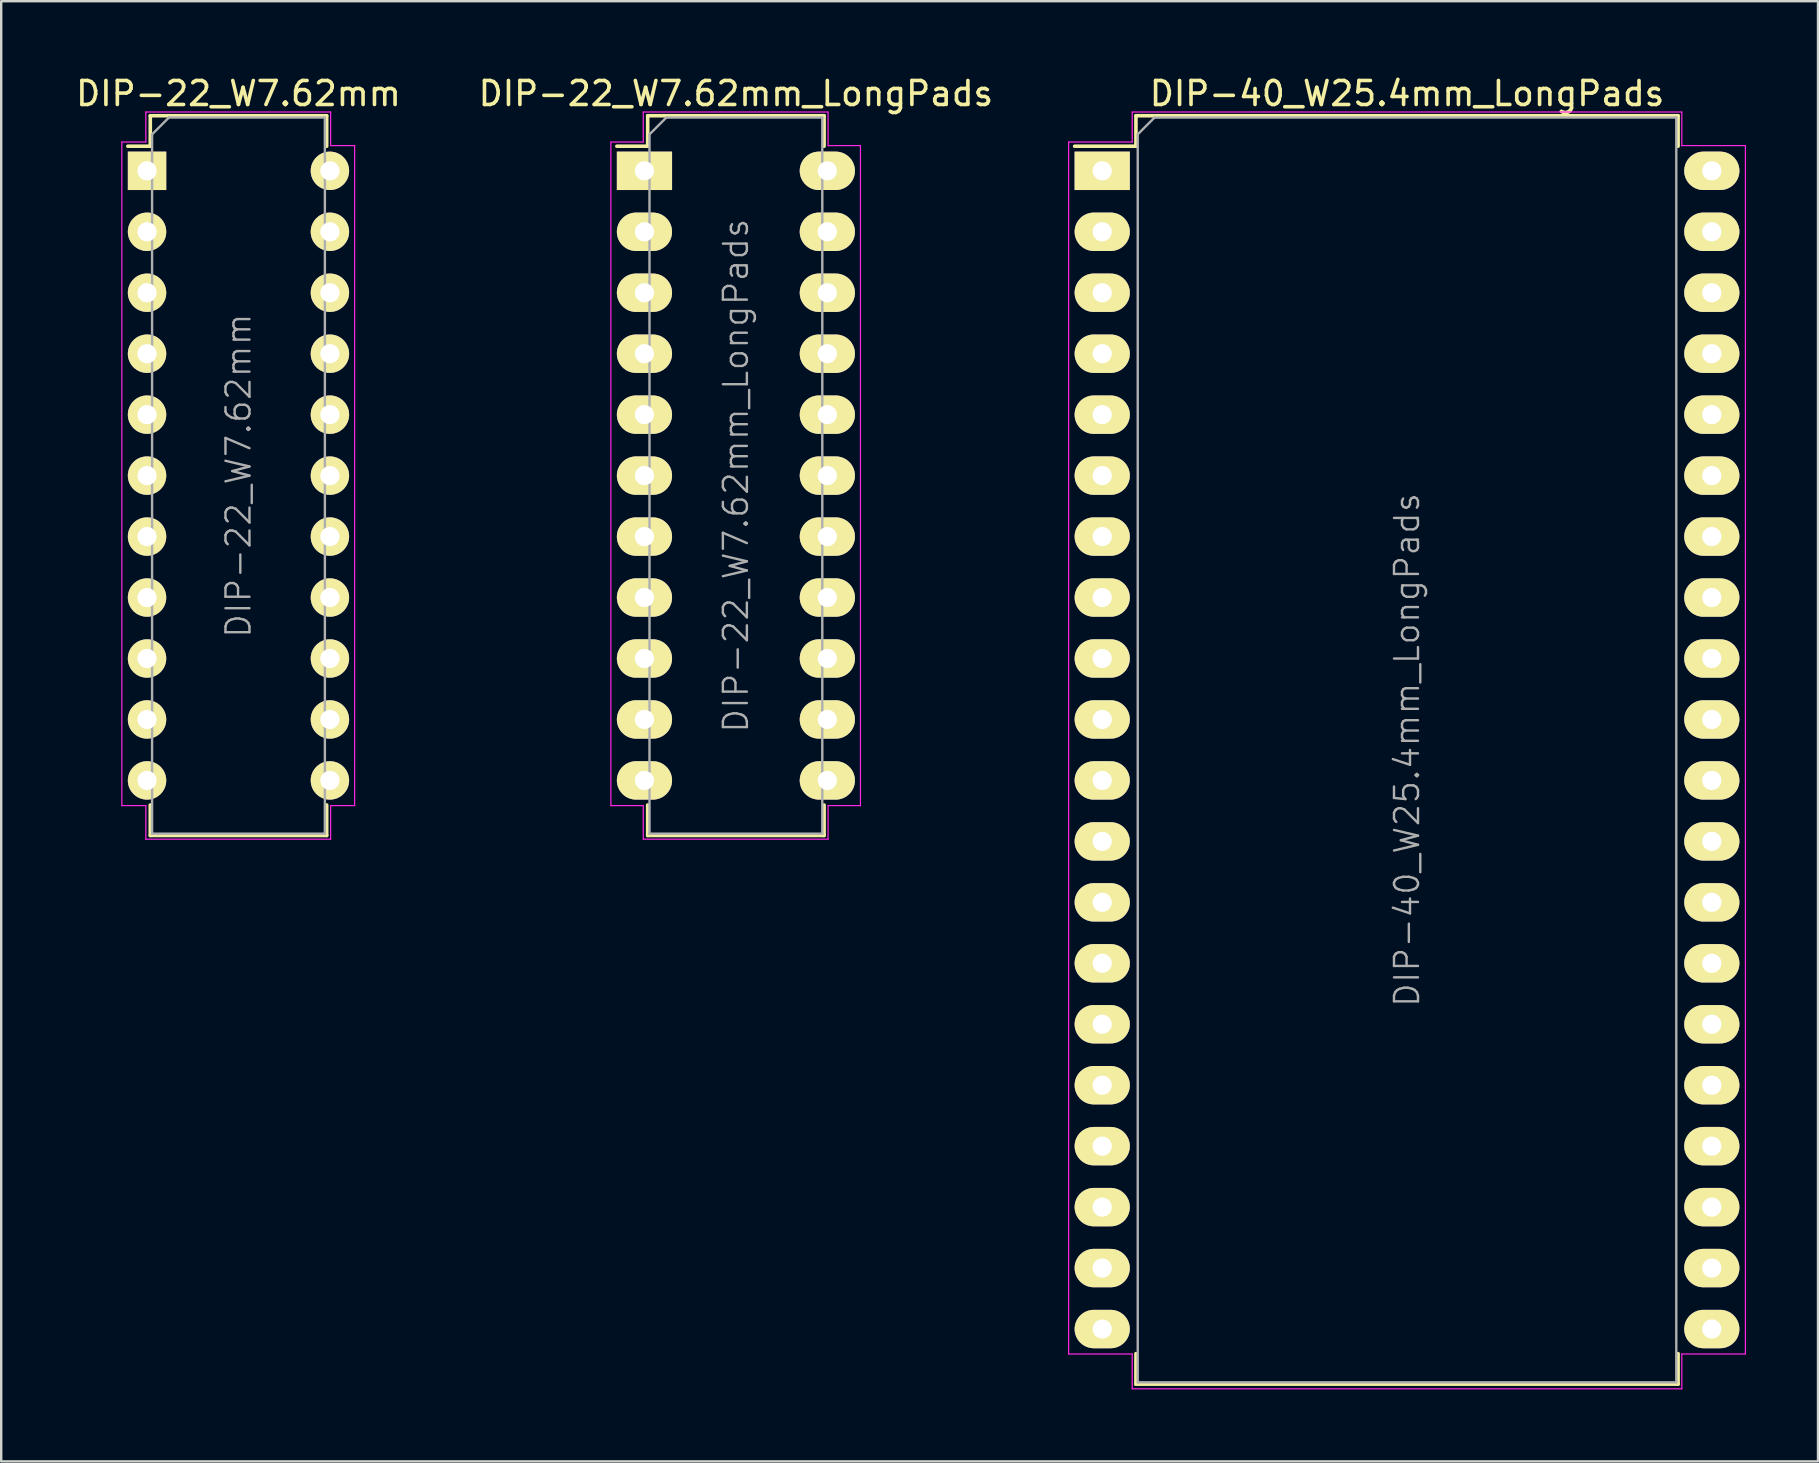
<source format=kicad_pcb>
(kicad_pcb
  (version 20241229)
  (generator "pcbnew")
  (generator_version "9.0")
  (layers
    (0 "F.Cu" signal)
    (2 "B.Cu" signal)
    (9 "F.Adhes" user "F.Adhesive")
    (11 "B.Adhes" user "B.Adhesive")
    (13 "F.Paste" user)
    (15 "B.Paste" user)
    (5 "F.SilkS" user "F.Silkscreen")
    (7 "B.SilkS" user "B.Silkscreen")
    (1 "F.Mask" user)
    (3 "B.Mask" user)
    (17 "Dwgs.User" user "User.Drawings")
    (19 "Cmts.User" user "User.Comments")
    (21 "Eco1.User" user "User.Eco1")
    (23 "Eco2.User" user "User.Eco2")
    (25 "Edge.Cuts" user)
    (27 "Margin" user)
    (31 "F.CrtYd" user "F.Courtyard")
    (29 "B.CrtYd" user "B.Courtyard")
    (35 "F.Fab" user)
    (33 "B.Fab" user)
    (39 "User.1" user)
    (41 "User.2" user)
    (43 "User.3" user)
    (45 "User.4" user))
  (footprint "DIP-22_W7.62mm"
    (layer "F.Cu")
    (at 3.077 4.068)
    (property "Reference" "DIP-22_W7.62mm" (at 3.81 -3.22 0) (layer "F.SilkS") (effects (font (size 1 1) (thickness 0.15))))
    (attr smd)
    (fp_line (start 0.135 -2.295) (end 0.135 -1.025) (stroke (width 0.15) (type solid)) (layer "F.SilkS"))
    (fp_line (start 0.135 -2.295) (end 7.485 -2.295) (stroke (width 0.15) (type solid)) (layer "F.SilkS"))
    (fp_line (start 0.135 -1.025) (end -0.8 -1.025) (stroke (width 0.15) (type solid)) (layer "F.SilkS"))
    (fp_line (start 0.135 27.695) (end 0.135 26.425) (stroke (width 0.15) (type solid)) (layer "F.SilkS"))
    (fp_line (start 0.135 27.695) (end 7.485 27.695) (stroke (width 0.15) (type solid)) (layer "F.SilkS"))
    (fp_line (start 7.485 -2.295) (end 7.485 -1.025) (stroke (width 0.15) (type solid)) (layer "F.SilkS"))
    (fp_line (start 7.485 27.695) (end 7.485 26.425) (stroke (width 0.15) (type solid)) (layer "F.SilkS"))
    (fp_line (start -1.05 -1.2) (end -1.05 26.45) (stroke (width 0.05) (type solid)) (layer "F.CrtYd"))
    (fp_line (start -1.05 -1.2) (end -0.05 -1.2) (stroke (width 0.05) (type solid)) (layer "F.CrtYd"))
    (fp_line (start -1.05 26.45) (end -0.05 26.45) (stroke (width 0.05) (type solid)) (layer "F.CrtYd"))
    (fp_line (start -0.05 -2.45) (end -0.05 -1.2) (stroke (width 0.05) (type solid)) (layer "F.CrtYd"))
    (fp_line (start -0.05 27.85) (end -0.05 26.45) (stroke (width 0.05) (type solid)) (layer "F.CrtYd"))
    (fp_line (start 7.65 -2.45) (end -0.05 -2.45) (stroke (width 0.05) (type solid)) (layer "F.CrtYd"))
    (fp_line (start 7.65 -2.45) (end 7.65 -1.05) (stroke (width 0.05) (type solid)) (layer "F.CrtYd"))
    (fp_line (start 7.65 27.85) (end -0.05 27.85) (stroke (width 0.05) (type solid)) (layer "F.CrtYd"))
    (fp_line (start 7.65 27.85) (end 7.65 26.45) (stroke (width 0.05) (type solid)) (layer "F.CrtYd"))
    (fp_line (start 8.65 -1.05) (end 7.65 -1.05) (stroke (width 0.05) (type solid)) (layer "F.CrtYd"))
    (fp_line (start 8.65 -1.05) (end 8.65 26.45) (stroke (width 0.05) (type solid)) (layer "F.CrtYd"))
    (fp_line (start 8.65 26.45) (end 7.65 26.45) (stroke (width 0.05) (type solid)) (layer "F.CrtYd"))
    (fp_line (start 0.21 -1.52) (end 0.91 -2.22) (stroke (width 0.1) (type solid)) (layer "F.Fab"))
    (fp_line (start 0.21 27.62) (end 0.21 -1.52) (stroke (width 0.1) (type solid)) (layer "F.Fab"))
    (fp_line (start 7.41 -2.22) (end 0.91 -2.22) (stroke (width 0.1) (type solid)) (layer "F.Fab"))
    (fp_line (start 7.41 27.62) (end 0.21 27.62) (stroke (width 0.1) (type solid)) (layer "F.Fab"))
    (fp_line (start 7.41 27.62) (end 7.41 -2.22) (stroke (width 0.1) (type solid)) (layer "F.Fab"))
    (fp_text user "${REFERENCE}" (at 3.81 12.7 90) (layer "F.Fab") (effects (font (size 1 1) (thickness 0.1))))
    (pad "1" thru_hole rect (at 0 0) (size 1.6 1.6) (drill 0.8) (layers "*.Cu" "*.Mask" "F.SilkS"))
    (pad "2" thru_hole oval (at 0 2.54) (size 1.6 1.6) (drill 0.8) (layers "*.Cu" "*.Mask" "F.SilkS"))
    (pad "3" thru_hole oval (at 0 5.08) (size 1.6 1.6) (drill 0.8) (layers "*.Cu" "*.Mask" "F.SilkS"))
    (pad "4" thru_hole oval (at 0 7.62) (size 1.6 1.6) (drill 0.8) (layers "*.Cu" "*.Mask" "F.SilkS"))
    (pad "5" thru_hole oval (at 0 10.16) (size 1.6 1.6) (drill 0.8) (layers "*.Cu" "*.Mask" "F.SilkS"))
    (pad "6" thru_hole oval (at 0 12.7) (size 1.6 1.6) (drill 0.8) (layers "*.Cu" "*.Mask" "F.SilkS"))
    (pad "7" thru_hole oval (at 0 15.24) (size 1.6 1.6) (drill 0.8) (layers "*.Cu" "*.Mask" "F.SilkS"))
    (pad "8" thru_hole oval (at 0 17.78) (size 1.6 1.6) (drill 0.8) (layers "*.Cu" "*.Mask" "F.SilkS"))
    (pad "9" thru_hole oval (at 0 20.32) (size 1.6 1.6) (drill 0.8) (layers "*.Cu" "*.Mask" "F.SilkS"))
    (pad "10" thru_hole oval (at 0 22.86) (size 1.6 1.6) (drill 0.8) (layers "*.Cu" "*.Mask" "F.SilkS"))
    (pad "11" thru_hole oval (at 0 25.4) (size 1.6 1.6) (drill 0.8) (layers "*.Cu" "*.Mask" "F.SilkS"))
    (pad "12" thru_hole oval (at 7.62 25.4) (size 1.6 1.6) (drill 0.8) (layers "*.Cu" "*.Mask" "F.SilkS"))
    (pad "13" thru_hole oval (at 7.62 22.86) (size 1.6 1.6) (drill 0.8) (layers "*.Cu" "*.Mask" "F.SilkS"))
    (pad "14" thru_hole oval (at 7.62 20.32) (size 1.6 1.6) (drill 0.8) (layers "*.Cu" "*.Mask" "F.SilkS"))
    (pad "15" thru_hole oval (at 7.62 17.78) (size 1.6 1.6) (drill 0.8) (layers "*.Cu" "*.Mask" "F.SilkS"))
    (pad "16" thru_hole oval (at 7.62 15.24) (size 1.6 1.6) (drill 0.8) (layers "*.Cu" "*.Mask" "F.SilkS"))
    (pad "17" thru_hole oval (at 7.62 12.7) (size 1.6 1.6) (drill 0.8) (layers "*.Cu" "*.Mask" "F.SilkS"))
    (pad "18" thru_hole oval (at 7.62 10.16) (size 1.6 1.6) (drill 0.8) (layers "*.Cu" "*.Mask" "F.SilkS"))
    (pad "19" thru_hole oval (at 7.62 7.62) (size 1.6 1.6) (drill 0.8) (layers "*.Cu" "*.Mask" "F.SilkS"))
    (pad "20" thru_hole oval (at 7.62 5.08) (size 1.6 1.6) (drill 0.8) (layers "*.Cu" "*.Mask" "F.SilkS"))
    (pad "21" thru_hole oval (at 7.62 2.54) (size 1.6 1.6) (drill 0.8) (layers "*.Cu" "*.Mask" "F.SilkS"))
    (pad "22" thru_hole oval (at 7.62 0) (size 1.6 1.6) (drill 0.8) (layers "*.Cu" "*.Mask" "F.SilkS")))
  (footprint "DIP-22_W7.62mm_LongPads"
    (layer "F.Cu")
    (at 23.803 4.068)
    (property "Reference" "DIP-22_W7.62mm_LongPads" (at 3.81 -3.22 0) (layer "F.SilkS") (effects (font (size 1 1) (thickness 0.15))))
    (attr smd)
    (fp_line (start 0.135 -2.295) (end 0.135 -1.025) (stroke (width 0.15) (type solid)) (layer "F.SilkS"))
    (fp_line (start 0.135 -2.295) (end 7.485 -2.295) (stroke (width 0.15) (type solid)) (layer "F.SilkS"))
    (fp_line (start 0.135 -1.025) (end -1.15 -1.025) (stroke (width 0.15) (type solid)) (layer "F.SilkS"))
    (fp_line (start 0.135 27.695) (end 0.135 26.425) (stroke (width 0.15) (type solid)) (layer "F.SilkS"))
    (fp_line (start 0.135 27.695) (end 7.485 27.695) (stroke (width 0.15) (type solid)) (layer "F.SilkS"))
    (fp_line (start 7.485 -2.295) (end 7.485 -1.025) (stroke (width 0.15) (type solid)) (layer "F.SilkS"))
    (fp_line (start 7.485 27.695) (end 7.485 26.425) (stroke (width 0.15) (type solid)) (layer "F.SilkS"))
    (fp_line (start -1.4 -1.2) (end -1.4 26.45) (stroke (width 0.05) (type solid)) (layer "F.CrtYd"))
    (fp_line (start -1.4 -1.2) (end -0.05 -1.2) (stroke (width 0.05) (type solid)) (layer "F.CrtYd"))
    (fp_line (start -1.4 26.45) (end -0.05 26.45) (stroke (width 0.05) (type solid)) (layer "F.CrtYd"))
    (fp_line (start -0.05 -2.45) (end -0.05 -1.2) (stroke (width 0.05) (type solid)) (layer "F.CrtYd"))
    (fp_line (start -0.05 27.85) (end -0.05 26.45) (stroke (width 0.05) (type solid)) (layer "F.CrtYd"))
    (fp_line (start 7.65 -2.45) (end -0.05 -2.45) (stroke (width 0.05) (type solid)) (layer "F.CrtYd"))
    (fp_line (start 7.65 -2.45) (end 7.65 -1.05) (stroke (width 0.05) (type solid)) (layer "F.CrtYd"))
    (fp_line (start 7.65 27.85) (end -0.05 27.85) (stroke (width 0.05) (type solid)) (layer "F.CrtYd"))
    (fp_line (start 7.65 27.85) (end 7.65 26.45) (stroke (width 0.05) (type solid)) (layer "F.CrtYd"))
    (fp_line (start 9 -1.05) (end 7.65 -1.05) (stroke (width 0.05) (type solid)) (layer "F.CrtYd"))
    (fp_line (start 9 -1.05) (end 9 26.45) (stroke (width 0.05) (type solid)) (layer "F.CrtYd"))
    (fp_line (start 9 26.45) (end 7.65 26.45) (stroke (width 0.05) (type solid)) (layer "F.CrtYd"))
    (fp_line (start 0.21 -1.52) (end 0.91 -2.22) (stroke (width 0.1) (type solid)) (layer "F.Fab"))
    (fp_line (start 0.21 27.62) (end 0.21 -1.52) (stroke (width 0.1) (type solid)) (layer "F.Fab"))
    (fp_line (start 7.41 -2.22) (end 0.91 -2.22) (stroke (width 0.1) (type solid)) (layer "F.Fab"))
    (fp_line (start 7.41 27.62) (end 0.21 27.62) (stroke (width 0.1) (type solid)) (layer "F.Fab"))
    (fp_line (start 7.41 27.62) (end 7.41 -2.22) (stroke (width 0.1) (type solid)) (layer "F.Fab"))
    (fp_text user "${REFERENCE}" (at 3.81 12.7 90) (layer "F.Fab") (effects (font (size 1 1) (thickness 0.1))))
    (pad "1" thru_hole rect (at 0 0) (size 2.3 1.6) (drill 0.8) (layers "*.Cu" "*.Mask" "F.SilkS"))
    (pad "2" thru_hole oval (at 0 2.54) (size 2.3 1.6) (drill 0.8) (layers "*.Cu" "*.Mask" "F.SilkS"))
    (pad "3" thru_hole oval (at 0 5.08) (size 2.3 1.6) (drill 0.8) (layers "*.Cu" "*.Mask" "F.SilkS"))
    (pad "4" thru_hole oval (at 0 7.62) (size 2.3 1.6) (drill 0.8) (layers "*.Cu" "*.Mask" "F.SilkS"))
    (pad "5" thru_hole oval (at 0 10.16) (size 2.3 1.6) (drill 0.8) (layers "*.Cu" "*.Mask" "F.SilkS"))
    (pad "6" thru_hole oval (at 0 12.7) (size 2.3 1.6) (drill 0.8) (layers "*.Cu" "*.Mask" "F.SilkS"))
    (pad "7" thru_hole oval (at 0 15.24) (size 2.3 1.6) (drill 0.8) (layers "*.Cu" "*.Mask" "F.SilkS"))
    (pad "8" thru_hole oval (at 0 17.78) (size 2.3 1.6) (drill 0.8) (layers "*.Cu" "*.Mask" "F.SilkS"))
    (pad "9" thru_hole oval (at 0 20.32) (size 2.3 1.6) (drill 0.8) (layers "*.Cu" "*.Mask" "F.SilkS"))
    (pad "10" thru_hole oval (at 0 22.86) (size 2.3 1.6) (drill 0.8) (layers "*.Cu" "*.Mask" "F.SilkS"))
    (pad "11" thru_hole oval (at 0 25.4) (size 2.3 1.6) (drill 0.8) (layers "*.Cu" "*.Mask" "F.SilkS"))
    (pad "12" thru_hole oval (at 7.62 25.4) (size 2.3 1.6) (drill 0.8) (layers "*.Cu" "*.Mask" "F.SilkS"))
    (pad "13" thru_hole oval (at 7.62 22.86) (size 2.3 1.6) (drill 0.8) (layers "*.Cu" "*.Mask" "F.SilkS"))
    (pad "14" thru_hole oval (at 7.62 20.32) (size 2.3 1.6) (drill 0.8) (layers "*.Cu" "*.Mask" "F.SilkS"))
    (pad "15" thru_hole oval (at 7.62 17.78) (size 2.3 1.6) (drill 0.8) (layers "*.Cu" "*.Mask" "F.SilkS"))
    (pad "16" thru_hole oval (at 7.62 15.24) (size 2.3 1.6) (drill 0.8) (layers "*.Cu" "*.Mask" "F.SilkS"))
    (pad "17" thru_hole oval (at 7.62 12.7) (size 2.3 1.6) (drill 0.8) (layers "*.Cu" "*.Mask" "F.SilkS"))
    (pad "18" thru_hole oval (at 7.62 10.16) (size 2.3 1.6) (drill 0.8) (layers "*.Cu" "*.Mask" "F.SilkS"))
    (pad "19" thru_hole oval (at 7.62 7.62) (size 2.3 1.6) (drill 0.8) (layers "*.Cu" "*.Mask" "F.SilkS"))
    (pad "20" thru_hole oval (at 7.62 5.08) (size 2.3 1.6) (drill 0.8) (layers "*.Cu" "*.Mask" "F.SilkS"))
    (pad "21" thru_hole oval (at 7.62 2.54) (size 2.3 1.6) (drill 0.8) (layers "*.Cu" "*.Mask" "F.SilkS"))
    (pad "22" thru_hole oval (at 7.62 0) (size 2.3 1.6) (drill 0.8) (layers "*.Cu" "*.Mask" "F.SilkS")))
  (footprint "DIP-40_W25.4mm_LongPads"
    (layer "F.Cu")
    (at 42.877 4.068)
    (property "Reference" "DIP-40_W25.4mm_LongPads" (at 12.7 -3.22 0) (layer "F.SilkS") (effects (font (size 1 1) (thickness 0.15))))
    (attr smd)
    (fp_line (start 1.405 -2.295) (end 1.405 -1.025) (stroke (width 0.15) (type solid)) (layer "F.SilkS"))
    (fp_line (start 1.405 -2.295) (end 23.995 -2.295) (stroke (width 0.15) (type solid)) (layer "F.SilkS"))
    (fp_line (start 1.405 -1.025) (end -1.15 -1.025) (stroke (width 0.15) (type solid)) (layer "F.SilkS"))
    (fp_line (start 1.405 50.555) (end 1.405 49.285) (stroke (width 0.15) (type solid)) (layer "F.SilkS"))
    (fp_line (start 1.405 50.555) (end 23.995 50.555) (stroke (width 0.15) (type solid)) (layer "F.SilkS"))
    (fp_line (start 23.995 -2.295) (end 23.995 -1.025) (stroke (width 0.15) (type solid)) (layer "F.SilkS"))
    (fp_line (start 23.995 50.555) (end 23.995 49.285) (stroke (width 0.15) (type solid)) (layer "F.SilkS"))
    (fp_line (start -1.4 -1.2) (end -1.4 49.3) (stroke (width 0.05) (type solid)) (layer "F.CrtYd"))
    (fp_line (start -1.4 -1.2) (end 1.25 -1.2) (stroke (width 0.05) (type solid)) (layer "F.CrtYd"))
    (fp_line (start -1.4 49.3) (end 1.25 49.3) (stroke (width 0.05) (type solid)) (layer "F.CrtYd"))
    (fp_line (start 1.25 -2.45) (end 1.25 -1.2) (stroke (width 0.05) (type solid)) (layer "F.CrtYd"))
    (fp_line (start 1.25 50.75) (end 1.25 49.3) (stroke (width 0.05) (type solid)) (layer "F.CrtYd"))
    (fp_line (start 24.15 -2.45) (end 1.25 -2.45) (stroke (width 0.05) (type solid)) (layer "F.CrtYd"))
    (fp_line (start 24.15 -2.45) (end 24.15 -1.05) (stroke (width 0.05) (type solid)) (layer "F.CrtYd"))
    (fp_line (start 24.15 50.75) (end 1.25 50.75) (stroke (width 0.05) (type solid)) (layer "F.CrtYd"))
    (fp_line (start 24.15 50.75) (end 24.15 49.3) (stroke (width 0.05) (type solid)) (layer "F.CrtYd"))
    (fp_line (start 26.8 -1.05) (end 24.15 -1.05) (stroke (width 0.05) (type solid)) (layer "F.CrtYd"))
    (fp_line (start 26.8 -1.05) (end 26.8 49.3) (stroke (width 0.05) (type solid)) (layer "F.CrtYd"))
    (fp_line (start 26.8 49.3) (end 24.15 49.3) (stroke (width 0.05) (type solid)) (layer "F.CrtYd"))
    (fp_line (start 1.48 -1.52) (end 2.18 -2.22) (stroke (width 0.1) (type solid)) (layer "F.Fab"))
    (fp_line (start 1.48 50.48) (end 1.48 -1.52) (stroke (width 0.1) (type solid)) (layer "F.Fab"))
    (fp_line (start 23.92 -2.22) (end 2.18 -2.22) (stroke (width 0.1) (type solid)) (layer "F.Fab"))
    (fp_line (start 23.92 50.48) (end 1.48 50.48) (stroke (width 0.1) (type solid)) (layer "F.Fab"))
    (fp_line (start 23.92 50.48) (end 23.92 -2.22) (stroke (width 0.1) (type solid)) (layer "F.Fab"))
    (fp_text user "${REFERENCE}" (at 12.7 24.13 90) (layer "F.Fab") (effects (font (size 1 1) (thickness 0.1))))
    (pad "1" thru_hole rect (at 0 0) (size 2.3 1.6) (drill 0.8) (layers "*.Cu" "*.Mask" "F.SilkS"))
    (pad "2" thru_hole oval (at 0 2.54) (size 2.3 1.6) (drill 0.8) (layers "*.Cu" "*.Mask" "F.SilkS"))
    (pad "3" thru_hole oval (at 0 5.08) (size 2.3 1.6) (drill 0.8) (layers "*.Cu" "*.Mask" "F.SilkS"))
    (pad "4" thru_hole oval (at 0 7.62) (size 2.3 1.6) (drill 0.8) (layers "*.Cu" "*.Mask" "F.SilkS"))
    (pad "5" thru_hole oval (at 0 10.16) (size 2.3 1.6) (drill 0.8) (layers "*.Cu" "*.Mask" "F.SilkS"))
    (pad "6" thru_hole oval (at 0 12.7) (size 2.3 1.6) (drill 0.8) (layers "*.Cu" "*.Mask" "F.SilkS"))
    (pad "7" thru_hole oval (at 0 15.24) (size 2.3 1.6) (drill 0.8) (layers "*.Cu" "*.Mask" "F.SilkS"))
    (pad "8" thru_hole oval (at 0 17.78) (size 2.3 1.6) (drill 0.8) (layers "*.Cu" "*.Mask" "F.SilkS"))
    (pad "9" thru_hole oval (at 0 20.32) (size 2.3 1.6) (drill 0.8) (layers "*.Cu" "*.Mask" "F.SilkS"))
    (pad "10" thru_hole oval (at 0 22.86) (size 2.3 1.6) (drill 0.8) (layers "*.Cu" "*.Mask" "F.SilkS"))
    (pad "11" thru_hole oval (at 0 25.4) (size 2.3 1.6) (drill 0.8) (layers "*.Cu" "*.Mask" "F.SilkS"))
    (pad "12" thru_hole oval (at 0 27.94) (size 2.3 1.6) (drill 0.8) (layers "*.Cu" "*.Mask" "F.SilkS"))
    (pad "13" thru_hole oval (at 0 30.48) (size 2.3 1.6) (drill 0.8) (layers "*.Cu" "*.Mask" "F.SilkS"))
    (pad "14" thru_hole oval (at 0 33.02) (size 2.3 1.6) (drill 0.8) (layers "*.Cu" "*.Mask" "F.SilkS"))
    (pad "15" thru_hole oval (at 0 35.56) (size 2.3 1.6) (drill 0.8) (layers "*.Cu" "*.Mask" "F.SilkS"))
    (pad "16" thru_hole oval (at 0 38.1) (size 2.3 1.6) (drill 0.8) (layers "*.Cu" "*.Mask" "F.SilkS"))
    (pad "17" thru_hole oval (at 0 40.64) (size 2.3 1.6) (drill 0.8) (layers "*.Cu" "*.Mask" "F.SilkS"))
    (pad "18" thru_hole oval (at 0 43.18) (size 2.3 1.6) (drill 0.8) (layers "*.Cu" "*.Mask" "F.SilkS"))
    (pad "19" thru_hole oval (at 0 45.72) (size 2.3 1.6) (drill 0.8) (layers "*.Cu" "*.Mask" "F.SilkS"))
    (pad "20" thru_hole oval (at 0 48.26) (size 2.3 1.6) (drill 0.8) (layers "*.Cu" "*.Mask" "F.SilkS"))
    (pad "21" thru_hole oval (at 25.4 48.26) (size 2.3 1.6) (drill 0.8) (layers "*.Cu" "*.Mask" "F.SilkS"))
    (pad "22" thru_hole oval (at 25.4 45.72) (size 2.3 1.6) (drill 0.8) (layers "*.Cu" "*.Mask" "F.SilkS"))
    (pad "23" thru_hole oval (at 25.4 43.18) (size 2.3 1.6) (drill 0.8) (layers "*.Cu" "*.Mask" "F.SilkS"))
    (pad "24" thru_hole oval (at 25.4 40.64) (size 2.3 1.6) (drill 0.8) (layers "*.Cu" "*.Mask" "F.SilkS"))
    (pad "25" thru_hole oval (at 25.4 38.1) (size 2.3 1.6) (drill 0.8) (layers "*.Cu" "*.Mask" "F.SilkS"))
    (pad "26" thru_hole oval (at 25.4 35.56) (size 2.3 1.6) (drill 0.8) (layers "*.Cu" "*.Mask" "F.SilkS"))
    (pad "27" thru_hole oval (at 25.4 33.02) (size 2.3 1.6) (drill 0.8) (layers "*.Cu" "*.Mask" "F.SilkS"))
    (pad "28" thru_hole oval (at 25.4 30.48) (size 2.3 1.6) (drill 0.8) (layers "*.Cu" "*.Mask" "F.SilkS"))
    (pad "29" thru_hole oval (at 25.4 27.94) (size 2.3 1.6) (drill 0.8) (layers "*.Cu" "*.Mask" "F.SilkS"))
    (pad "30" thru_hole oval (at 25.4 25.4) (size 2.3 1.6) (drill 0.8) (layers "*.Cu" "*.Mask" "F.SilkS"))
    (pad "31" thru_hole oval (at 25.4 22.86) (size 2.3 1.6) (drill 0.8) (layers "*.Cu" "*.Mask" "F.SilkS"))
    (pad "32" thru_hole oval (at 25.4 20.32) (size 2.3 1.6) (drill 0.8) (layers "*.Cu" "*.Mask" "F.SilkS"))
    (pad "33" thru_hole oval (at 25.4 17.78) (size 2.3 1.6) (drill 0.8) (layers "*.Cu" "*.Mask" "F.SilkS"))
    (pad "34" thru_hole oval (at 25.4 15.24) (size 2.3 1.6) (drill 0.8) (layers "*.Cu" "*.Mask" "F.SilkS"))
    (pad "35" thru_hole oval (at 25.4 12.7) (size 2.3 1.6) (drill 0.8) (layers "*.Cu" "*.Mask" "F.SilkS"))
    (pad "36" thru_hole oval (at 25.4 10.16) (size 2.3 1.6) (drill 0.8) (layers "*.Cu" "*.Mask" "F.SilkS"))
    (pad "37" thru_hole oval (at 25.4 7.62) (size 2.3 1.6) (drill 0.8) (layers "*.Cu" "*.Mask" "F.SilkS"))
    (pad "38" thru_hole oval (at 25.4 5.08) (size 2.3 1.6) (drill 0.8) (layers "*.Cu" "*.Mask" "F.SilkS"))
    (pad "39" thru_hole oval (at 25.4 2.54) (size 2.3 1.6) (drill 0.8) (layers "*.Cu" "*.Mask" "F.SilkS"))
    (pad "40" thru_hole oval (at 25.4 0) (size 2.3 1.6) (drill 0.8) (layers "*.Cu" "*.Mask" "F.SilkS")))
  (gr_rect
    (start -3 -3)
    (end 72.702 57.843)
    (stroke (width 0.1) (type default))
    (fill no)
    (layer "Edge.Cuts")))
</source>
